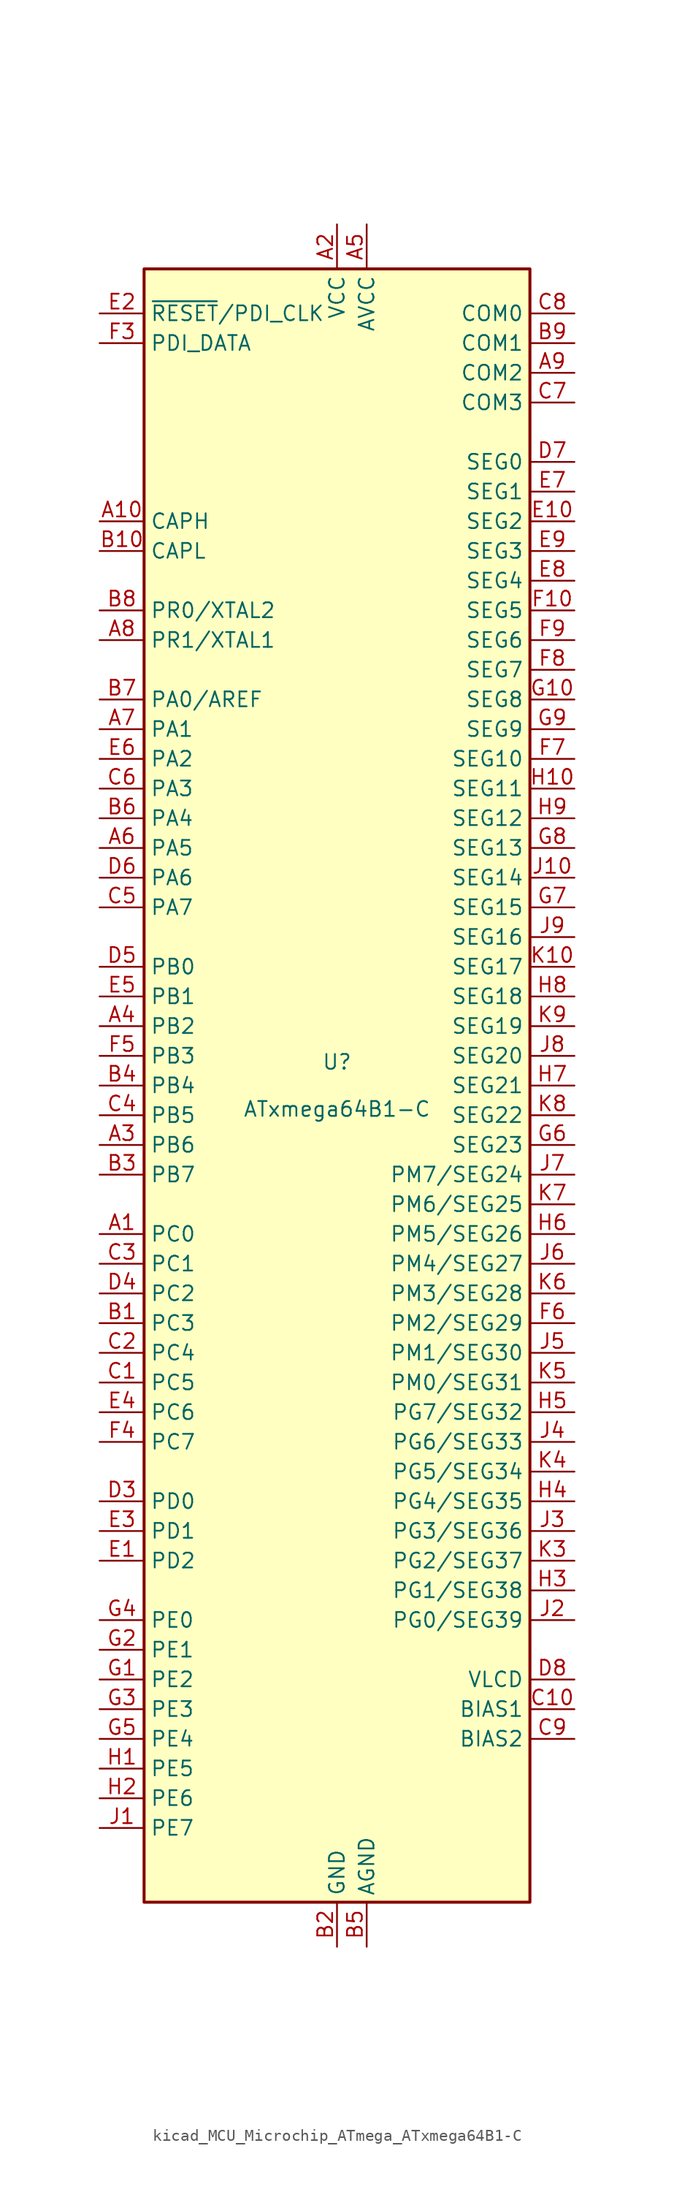
<source format=kicad_sym>
(kicad_symbol_lib
  (version 20220914)
  (generator kicad_symbol_editor)
  (symbol "kicad_MCU_Microchip_ATmega_ATxmega64B1-C"
    (property "Reference" "U"
      (at 0 1.27 0)
      (effects (font (size 1.27 1.27)) (justify bottom)))
    (property "Value" "ATxmega64B1-C"
      (at 0 -1.27 0)
      (effects (font (size 1.27 1.27)) (justify top)))
    (symbol "kicad_MCU_Microchip_ATmega_ATxmega64B1-C_0_1"
      (rectangle (start -16.51 -69.85) (end 16.51 69.85) (stroke (width 0.254) (type default)) (fill (type background))))
    (symbol "kicad_MCU_Microchip_ATmega_ATxmega64B1-C_1_1"
      (pin bidirectional line (at -20.32 -12.7 0) (length 3.81) (name "PC0" (effects (font (size 1.27 1.27)))) (number "A1" (effects (font (size 1.27 1.27)))))
      (pin passive line (at -20.32 48.26 0) (length 3.81) (name "CAPH" (effects (font (size 1.27 1.27)))) (number "A10" (effects (font (size 1.27 1.27)))))
      (pin power_in line (at 0 73.66 270) (length 3.81) (name "VCC" (effects (font (size 1.27 1.27)))) (number "A2" (effects (font (size 1.27 1.27)))))
      (pin bidirectional line (at -20.32 -5.08 0) (length 3.81) (name "PB6" (effects (font (size 1.27 1.27)))) (number "A3" (effects (font (size 1.27 1.27)))))
      (pin bidirectional line (at -20.32 5.08 0) (length 3.81) (name "PB2" (effects (font (size 1.27 1.27)))) (number "A4" (effects (font (size 1.27 1.27)))))
      (pin power_in line (at 2.54 73.66 270) (length 3.81) (name "AVCC" (effects (font (size 1.27 1.27)))) (number "A5" (effects (font (size 1.27 1.27)))))
      (pin bidirectional line (at -20.32 20.32 0) (length 3.81) (name "PA5" (effects (font (size 1.27 1.27)))) (number "A6" (effects (font (size 1.27 1.27)))))
      (pin bidirectional line (at -20.32 30.48 0) (length 3.81) (name "PA1" (effects (font (size 1.27 1.27)))) (number "A7" (effects (font (size 1.27 1.27)))))
      (pin bidirectional line (at -20.32 38.1 0) (length 3.81) (name "PR1/XTAL1" (effects (font (size 1.27 1.27)))) (number "A8" (effects (font (size 1.27 1.27)))))
      (pin output line (at 20.32 60.96 180) (length 3.81) (name "COM2" (effects (font (size 1.27 1.27)))) (number "A9" (effects (font (size 1.27 1.27)))))
      (pin bidirectional line (at -20.32 -20.32 0) (length 3.81) (name "PC3" (effects (font (size 1.27 1.27)))) (number "B1" (effects (font (size 1.27 1.27)))))
      (pin passive line (at -20.32 45.72 0) (length 3.81) (name "CAPL" (effects (font (size 1.27 1.27)))) (number "B10" (effects (font (size 1.27 1.27)))))
      (pin power_in line (at 0 -73.66 90) (length 3.81) (name "GND" (effects (font (size 1.27 1.27)))) (number "B2" (effects (font (size 1.27 1.27)))))
      (pin bidirectional line (at -20.32 -7.62 0) (length 3.81) (name "PB7" (effects (font (size 1.27 1.27)))) (number "B3" (effects (font (size 1.27 1.27)))))
      (pin bidirectional line (at -20.32 0 0) (length 3.81) (name "PB4" (effects (font (size 1.27 1.27)))) (number "B4" (effects (font (size 1.27 1.27)))))
      (pin power_in line (at 2.54 -73.66 90) (length 3.81) (name "AGND" (effects (font (size 1.27 1.27)))) (number "B5" (effects (font (size 1.27 1.27)))))
      (pin bidirectional line (at -20.32 22.86 0) (length 3.81) (name "PA4" (effects (font (size 1.27 1.27)))) (number "B6" (effects (font (size 1.27 1.27)))))
      (pin bidirectional line (at -20.32 33.02 0) (length 3.81) (name "PA0/AREF" (effects (font (size 1.27 1.27)))) (number "B7" (effects (font (size 1.27 1.27)))))
      (pin bidirectional line (at -20.32 40.64 0) (length 3.81) (name "PR0/XTAL2" (effects (font (size 1.27 1.27)))) (number "B8" (effects (font (size 1.27 1.27)))))
      (pin output line (at 20.32 63.5 180) (length 3.81) (name "COM1" (effects (font (size 1.27 1.27)))) (number "B9" (effects (font (size 1.27 1.27)))))
      (pin bidirectional line (at -20.32 -25.4 0) (length 3.81) (name "PC5" (effects (font (size 1.27 1.27)))) (number "C1" (effects (font (size 1.27 1.27)))))
      (pin power_out line (at 20.32 -53.34 180) (length 3.81) (name "BIAS1" (effects (font (size 1.27 1.27)))) (number "C10" (effects (font (size 1.27 1.27)))))
      (pin bidirectional line (at -20.32 -22.86 0) (length 3.81) (name "PC4" (effects (font (size 1.27 1.27)))) (number "C2" (effects (font (size 1.27 1.27)))))
      (pin bidirectional line (at -20.32 -15.24 0) (length 3.81) (name "PC1" (effects (font (size 1.27 1.27)))) (number "C3" (effects (font (size 1.27 1.27)))))
      (pin bidirectional line (at -20.32 -2.54 0) (length 3.81) (name "PB5" (effects (font (size 1.27 1.27)))) (number "C4" (effects (font (size 1.27 1.27)))))
      (pin bidirectional line (at -20.32 15.24 0) (length 3.81) (name "PA7" (effects (font (size 1.27 1.27)))) (number "C5" (effects (font (size 1.27 1.27)))))
      (pin bidirectional line (at -20.32 25.4 0) (length 3.81) (name "PA3" (effects (font (size 1.27 1.27)))) (number "C6" (effects (font (size 1.27 1.27)))))
      (pin output line (at 20.32 58.42 180) (length 3.81) (name "COM3" (effects (font (size 1.27 1.27)))) (number "C7" (effects (font (size 1.27 1.27)))))
      (pin output line (at 20.32 66.04 180) (length 3.81) (name "COM0" (effects (font (size 1.27 1.27)))) (number "C8" (effects (font (size 1.27 1.27)))))
      (pin power_out line (at 20.32 -55.88 180) (length 3.81) (name "BIAS2" (effects (font (size 1.27 1.27)))) (number "C9" (effects (font (size 1.27 1.27)))))
      (pin passive line (at 0 73.66 270) (length 3.81) hide (name "VCC" (effects (font (size 1.27 1.27)))) (number "D1" (effects (font (size 1.27 1.27)))))
      (pin passive line (at 0 73.66 270) (length 3.81) hide (name "VCC" (effects (font (size 1.27 1.27)))) (number "D10" (effects (font (size 1.27 1.27)))))
      (pin passive line (at 0 -73.66 90) (length 3.81) hide (name "GND" (effects (font (size 1.27 1.27)))) (number "D2" (effects (font (size 1.27 1.27)))))
      (pin bidirectional line (at -20.32 -35.56 0) (length 3.81) (name "PD0" (effects (font (size 1.27 1.27)))) (number "D3" (effects (font (size 1.27 1.27)))))
      (pin bidirectional line (at -20.32 -17.78 0) (length 3.81) (name "PC2" (effects (font (size 1.27 1.27)))) (number "D4" (effects (font (size 1.27 1.27)))))
      (pin bidirectional line (at -20.32 10.16 0) (length 3.81) (name "PB0" (effects (font (size 1.27 1.27)))) (number "D5" (effects (font (size 1.27 1.27)))))
      (pin bidirectional line (at -20.32 17.78 0) (length 3.81) (name "PA6" (effects (font (size 1.27 1.27)))) (number "D6" (effects (font (size 1.27 1.27)))))
      (pin output line (at 20.32 53.34 180) (length 3.81) (name "SEG0" (effects (font (size 1.27 1.27)))) (number "D7" (effects (font (size 1.27 1.27)))))
      (pin power_out line (at 20.32 -50.8 180) (length 3.81) (name "VLCD" (effects (font (size 1.27 1.27)))) (number "D8" (effects (font (size 1.27 1.27)))))
      (pin passive line (at 0 -73.66 90) (length 3.81) hide (name "GND" (effects (font (size 1.27 1.27)))) (number "D9" (effects (font (size 1.27 1.27)))))
      (pin bidirectional line (at -20.32 -40.64 0) (length 3.81) (name "PD2" (effects (font (size 1.27 1.27)))) (number "E1" (effects (font (size 1.27 1.27)))))
      (pin output line (at 20.32 48.26 180) (length 3.81) (name "SEG2" (effects (font (size 1.27 1.27)))) (number "E10" (effects (font (size 1.27 1.27)))))
      (pin input line (at -20.32 66.04 0) (length 3.81) (name "~{RESET}/PDI_CLK" (effects (font (size 1.27 1.27)))) (number "E2" (effects (font (size 1.27 1.27)))))
      (pin bidirectional line (at -20.32 -38.1 0) (length 3.81) (name "PD1" (effects (font (size 1.27 1.27)))) (number "E3" (effects (font (size 1.27 1.27)))))
      (pin bidirectional line (at -20.32 -27.94 0) (length 3.81) (name "PC6" (effects (font (size 1.27 1.27)))) (number "E4" (effects (font (size 1.27 1.27)))))
      (pin bidirectional line (at -20.32 7.62 0) (length 3.81) (name "PB1" (effects (font (size 1.27 1.27)))) (number "E5" (effects (font (size 1.27 1.27)))))
      (pin bidirectional line (at -20.32 27.94 0) (length 3.81) (name "PA2" (effects (font (size 1.27 1.27)))) (number "E6" (effects (font (size 1.27 1.27)))))
      (pin output line (at 20.32 50.8 180) (length 3.81) (name "SEG1" (effects (font (size 1.27 1.27)))) (number "E7" (effects (font (size 1.27 1.27)))))
      (pin output line (at 20.32 43.18 180) (length 3.81) (name "SEG4" (effects (font (size 1.27 1.27)))) (number "E8" (effects (font (size 1.27 1.27)))))
      (pin output line (at 20.32 45.72 180) (length 3.81) (name "SEG3" (effects (font (size 1.27 1.27)))) (number "E9" (effects (font (size 1.27 1.27)))))
      (pin passive line (at 0 73.66 270) (length 3.81) hide (name "VCC" (effects (font (size 1.27 1.27)))) (number "F1" (effects (font (size 1.27 1.27)))))
      (pin output line (at 20.32 40.64 180) (length 3.81) (name "SEG5" (effects (font (size 1.27 1.27)))) (number "F10" (effects (font (size 1.27 1.27)))))
      (pin passive line (at 0 -73.66 90) (length 3.81) hide (name "GND" (effects (font (size 1.27 1.27)))) (number "F2" (effects (font (size 1.27 1.27)))))
      (pin bidirectional line (at -20.32 63.5 0) (length 3.81) (name "PDI_DATA" (effects (font (size 1.27 1.27)))) (number "F3" (effects (font (size 1.27 1.27)))))
      (pin bidirectional line (at -20.32 -30.48 0) (length 3.81) (name "PC7" (effects (font (size 1.27 1.27)))) (number "F4" (effects (font (size 1.27 1.27)))))
      (pin bidirectional line (at -20.32 2.54 0) (length 3.81) (name "PB3" (effects (font (size 1.27 1.27)))) (number "F5" (effects (font (size 1.27 1.27)))))
      (pin bidirectional line (at 20.32 -20.32 180) (length 3.81) (name "PM2/SEG29" (effects (font (size 1.27 1.27)))) (number "F6" (effects (font (size 1.27 1.27)))))
      (pin output line (at 20.32 27.94 180) (length 3.81) (name "SEG10" (effects (font (size 1.27 1.27)))) (number "F7" (effects (font (size 1.27 1.27)))))
      (pin output line (at 20.32 35.56 180) (length 3.81) (name "SEG7" (effects (font (size 1.27 1.27)))) (number "F8" (effects (font (size 1.27 1.27)))))
      (pin output line (at 20.32 38.1 180) (length 3.81) (name "SEG6" (effects (font (size 1.27 1.27)))) (number "F9" (effects (font (size 1.27 1.27)))))
      (pin bidirectional line (at -20.32 -50.8 0) (length 3.81) (name "PE2" (effects (font (size 1.27 1.27)))) (number "G1" (effects (font (size 1.27 1.27)))))
      (pin output line (at 20.32 33.02 180) (length 3.81) (name "SEG8" (effects (font (size 1.27 1.27)))) (number "G10" (effects (font (size 1.27 1.27)))))
      (pin bidirectional line (at -20.32 -48.26 0) (length 3.81) (name "PE1" (effects (font (size 1.27 1.27)))) (number "G2" (effects (font (size 1.27 1.27)))))
      (pin bidirectional line (at -20.32 -53.34 0) (length 3.81) (name "PE3" (effects (font (size 1.27 1.27)))) (number "G3" (effects (font (size 1.27 1.27)))))
      (pin bidirectional line (at -20.32 -45.72 0) (length 3.81) (name "PE0" (effects (font (size 1.27 1.27)))) (number "G4" (effects (font (size 1.27 1.27)))))
      (pin bidirectional line (at -20.32 -55.88 0) (length 3.81) (name "PE4" (effects (font (size 1.27 1.27)))) (number "G5" (effects (font (size 1.27 1.27)))))
      (pin output line (at 20.32 -5.08 180) (length 3.81) (name "SEG23" (effects (font (size 1.27 1.27)))) (number "G6" (effects (font (size 1.27 1.27)))))
      (pin output line (at 20.32 15.24 180) (length 3.81) (name "SEG15" (effects (font (size 1.27 1.27)))) (number "G7" (effects (font (size 1.27 1.27)))))
      (pin output line (at 20.32 20.32 180) (length 3.81) (name "SEG13" (effects (font (size 1.27 1.27)))) (number "G8" (effects (font (size 1.27 1.27)))))
      (pin output line (at 20.32 30.48 180) (length 3.81) (name "SEG9" (effects (font (size 1.27 1.27)))) (number "G9" (effects (font (size 1.27 1.27)))))
      (pin bidirectional line (at -20.32 -58.42 0) (length 3.81) (name "PE5" (effects (font (size 1.27 1.27)))) (number "H1" (effects (font (size 1.27 1.27)))))
      (pin output line (at 20.32 25.4 180) (length 3.81) (name "SEG11" (effects (font (size 1.27 1.27)))) (number "H10" (effects (font (size 1.27 1.27)))))
      (pin bidirectional line (at -20.32 -60.96 0) (length 3.81) (name "PE6" (effects (font (size 1.27 1.27)))) (number "H2" (effects (font (size 1.27 1.27)))))
      (pin bidirectional line (at 20.32 -43.18 180) (length 3.81) (name "PG1/SEG38" (effects (font (size 1.27 1.27)))) (number "H3" (effects (font (size 1.27 1.27)))))
      (pin bidirectional line (at 20.32 -35.56 180) (length 3.81) (name "PG4/SEG35" (effects (font (size 1.27 1.27)))) (number "H4" (effects (font (size 1.27 1.27)))))
      (pin bidirectional line (at 20.32 -27.94 180) (length 3.81) (name "PG7/SEG32" (effects (font (size 1.27 1.27)))) (number "H5" (effects (font (size 1.27 1.27)))))
      (pin bidirectional line (at 20.32 -12.7 180) (length 3.81) (name "PM5/SEG26" (effects (font (size 1.27 1.27)))) (number "H6" (effects (font (size 1.27 1.27)))))
      (pin output line (at 20.32 0 180) (length 3.81) (name "SEG21" (effects (font (size 1.27 1.27)))) (number "H7" (effects (font (size 1.27 1.27)))))
      (pin output line (at 20.32 7.62 180) (length 3.81) (name "SEG18" (effects (font (size 1.27 1.27)))) (number "H8" (effects (font (size 1.27 1.27)))))
      (pin output line (at 20.32 22.86 180) (length 3.81) (name "SEG12" (effects (font (size 1.27 1.27)))) (number "H9" (effects (font (size 1.27 1.27)))))
      (pin bidirectional line (at -20.32 -63.5 0) (length 3.81) (name "PE7" (effects (font (size 1.27 1.27)))) (number "J1" (effects (font (size 1.27 1.27)))))
      (pin output line (at 20.32 17.78 180) (length 3.81) (name "SEG14" (effects (font (size 1.27 1.27)))) (number "J10" (effects (font (size 1.27 1.27)))))
      (pin bidirectional line (at 20.32 -45.72 180) (length 3.81) (name "PG0/SEG39" (effects (font (size 1.27 1.27)))) (number "J2" (effects (font (size 1.27 1.27)))))
      (pin bidirectional line (at 20.32 -38.1 180) (length 3.81) (name "PG3/SEG36" (effects (font (size 1.27 1.27)))) (number "J3" (effects (font (size 1.27 1.27)))))
      (pin bidirectional line (at 20.32 -30.48 180) (length 3.81) (name "PG6/SEG33" (effects (font (size 1.27 1.27)))) (number "J4" (effects (font (size 1.27 1.27)))))
      (pin bidirectional line (at 20.32 -22.86 180) (length 3.81) (name "PM1/SEG30" (effects (font (size 1.27 1.27)))) (number "J5" (effects (font (size 1.27 1.27)))))
      (pin bidirectional line (at 20.32 -15.24 180) (length 3.81) (name "PM4/SEG27" (effects (font (size 1.27 1.27)))) (number "J6" (effects (font (size 1.27 1.27)))))
      (pin bidirectional line (at 20.32 -7.62 180) (length 3.81) (name "PM7/SEG24" (effects (font (size 1.27 1.27)))) (number "J7" (effects (font (size 1.27 1.27)))))
      (pin output line (at 20.32 2.54 180) (length 3.81) (name "SEG20" (effects (font (size 1.27 1.27)))) (number "J8" (effects (font (size 1.27 1.27)))))
      (pin output line (at 20.32 12.7 180) (length 3.81) (name "SEG16" (effects (font (size 1.27 1.27)))) (number "J9" (effects (font (size 1.27 1.27)))))
      (pin passive line (at 0 -73.66 90) (length 3.81) hide (name "GND" (effects (font (size 1.27 1.27)))) (number "K1" (effects (font (size 1.27 1.27)))))
      (pin output line (at 20.32 10.16 180) (length 3.81) (name "SEG17" (effects (font (size 1.27 1.27)))) (number "K10" (effects (font (size 1.27 1.27)))))
      (pin passive line (at 0 73.66 270) (length 3.81) hide (name "VCC" (effects (font (size 1.27 1.27)))) (number "K2" (effects (font (size 1.27 1.27)))))
      (pin bidirectional line (at 20.32 -40.64 180) (length 3.81) (name "PG2/SEG37" (effects (font (size 1.27 1.27)))) (number "K3" (effects (font (size 1.27 1.27)))))
      (pin bidirectional line (at 20.32 -33.02 180) (length 3.81) (name "PG5/SEG34" (effects (font (size 1.27 1.27)))) (number "K4" (effects (font (size 1.27 1.27)))))
      (pin bidirectional line (at 20.32 -25.4 180) (length 3.81) (name "PM0/SEG31" (effects (font (size 1.27 1.27)))) (number "K5" (effects (font (size 1.27 1.27)))))
      (pin bidirectional line (at 20.32 -17.78 180) (length 3.81) (name "PM3/SEG28" (effects (font (size 1.27 1.27)))) (number "K6" (effects (font (size 1.27 1.27)))))
      (pin bidirectional line (at 20.32 -10.16 180) (length 3.81) (name "PM6/SEG25" (effects (font (size 1.27 1.27)))) (number "K7" (effects (font (size 1.27 1.27)))))
      (pin output line (at 20.32 -2.54 180) (length 3.81) (name "SEG22" (effects (font (size 1.27 1.27)))) (number "K8" (effects (font (size 1.27 1.27)))))
      (pin output line (at 20.32 5.08 180) (length 3.81) (name "SEG19" (effects (font (size 1.27 1.27)))) (number "K9" (effects (font (size 1.27 1.27))))))))
</source>
